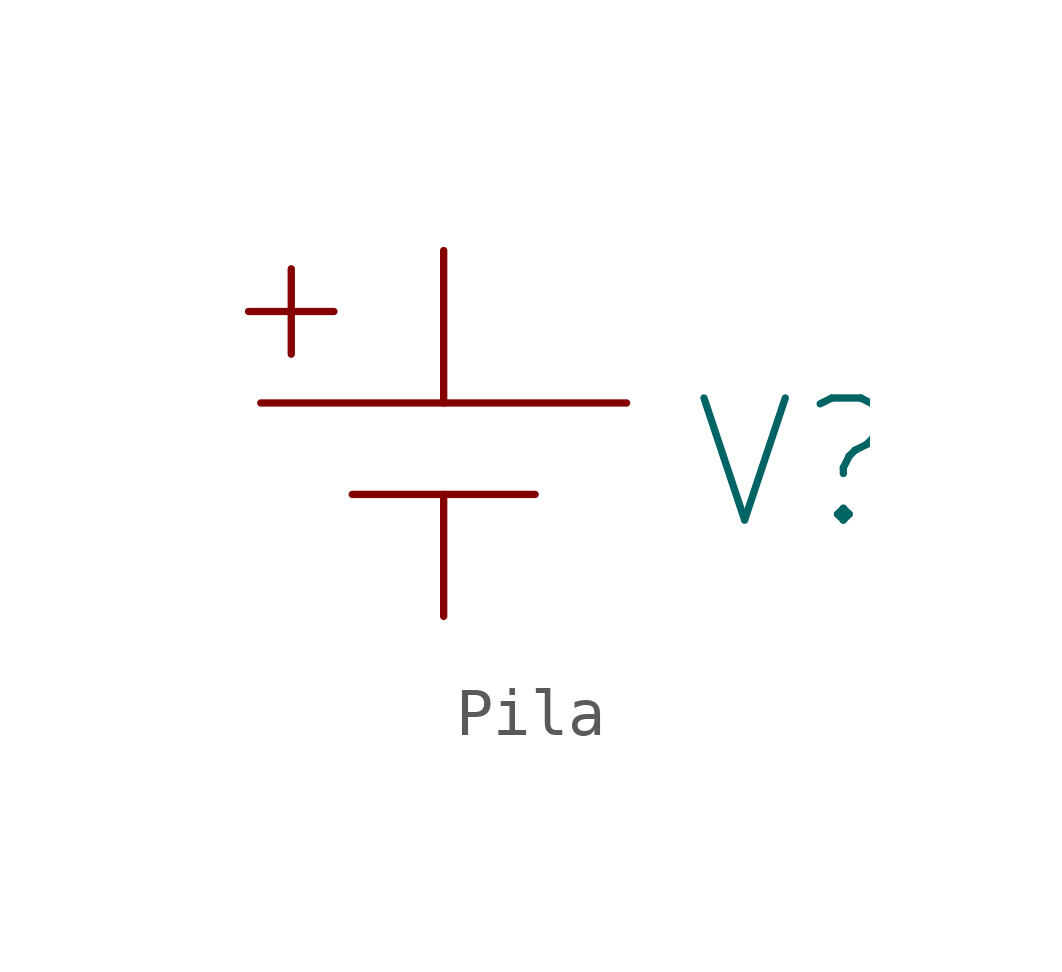
<source format=kicad_sym>
(kicad_symbol_lib
  (version 20220914)
  (generator kicad_symbol_editor)
  (symbol "Pila"
    (pin_names
      (offset 1.016))
    (property "Reference" "V"
      (at 5.08 -4.445 0)
      (effects (font (size 2.54 2.54)) (justify left)))
    (symbol "Pila_0_1"
      (polyline (pts (xy -4.064 -1.27) (xy -2.286 -1.27)) (stroke (width 0) (type default)) (fill (type none)))
      (polyline (pts (xy -3.81 -3.175) (xy 3.81 -3.175)) (stroke (width 0) (type default)) (fill (type none)))
      (polyline (pts (xy -3.175 -0.381) (xy -3.175 -2.159)) (stroke (width 0) (type default)) (fill (type none)))
      (polyline (pts (xy -1.905 -5.08) (xy 1.905 -5.08)) (stroke (width 0) (type default)) (fill (type none))))
    (symbol "Pila_1_1"
      (pin input line (at 0 -7.62 90) (length 2.54) (name "" (effects (font (size 1.27 1.27)))) (number "" (effects (font (size 1.143 1.143)))))
      (pin input line (at 0 0 270) (length 3.175) (name "" (effects (font (size 1.27 1.27)))) (number "" (effects (font (size 1.143 1.143))))))))
</source>
